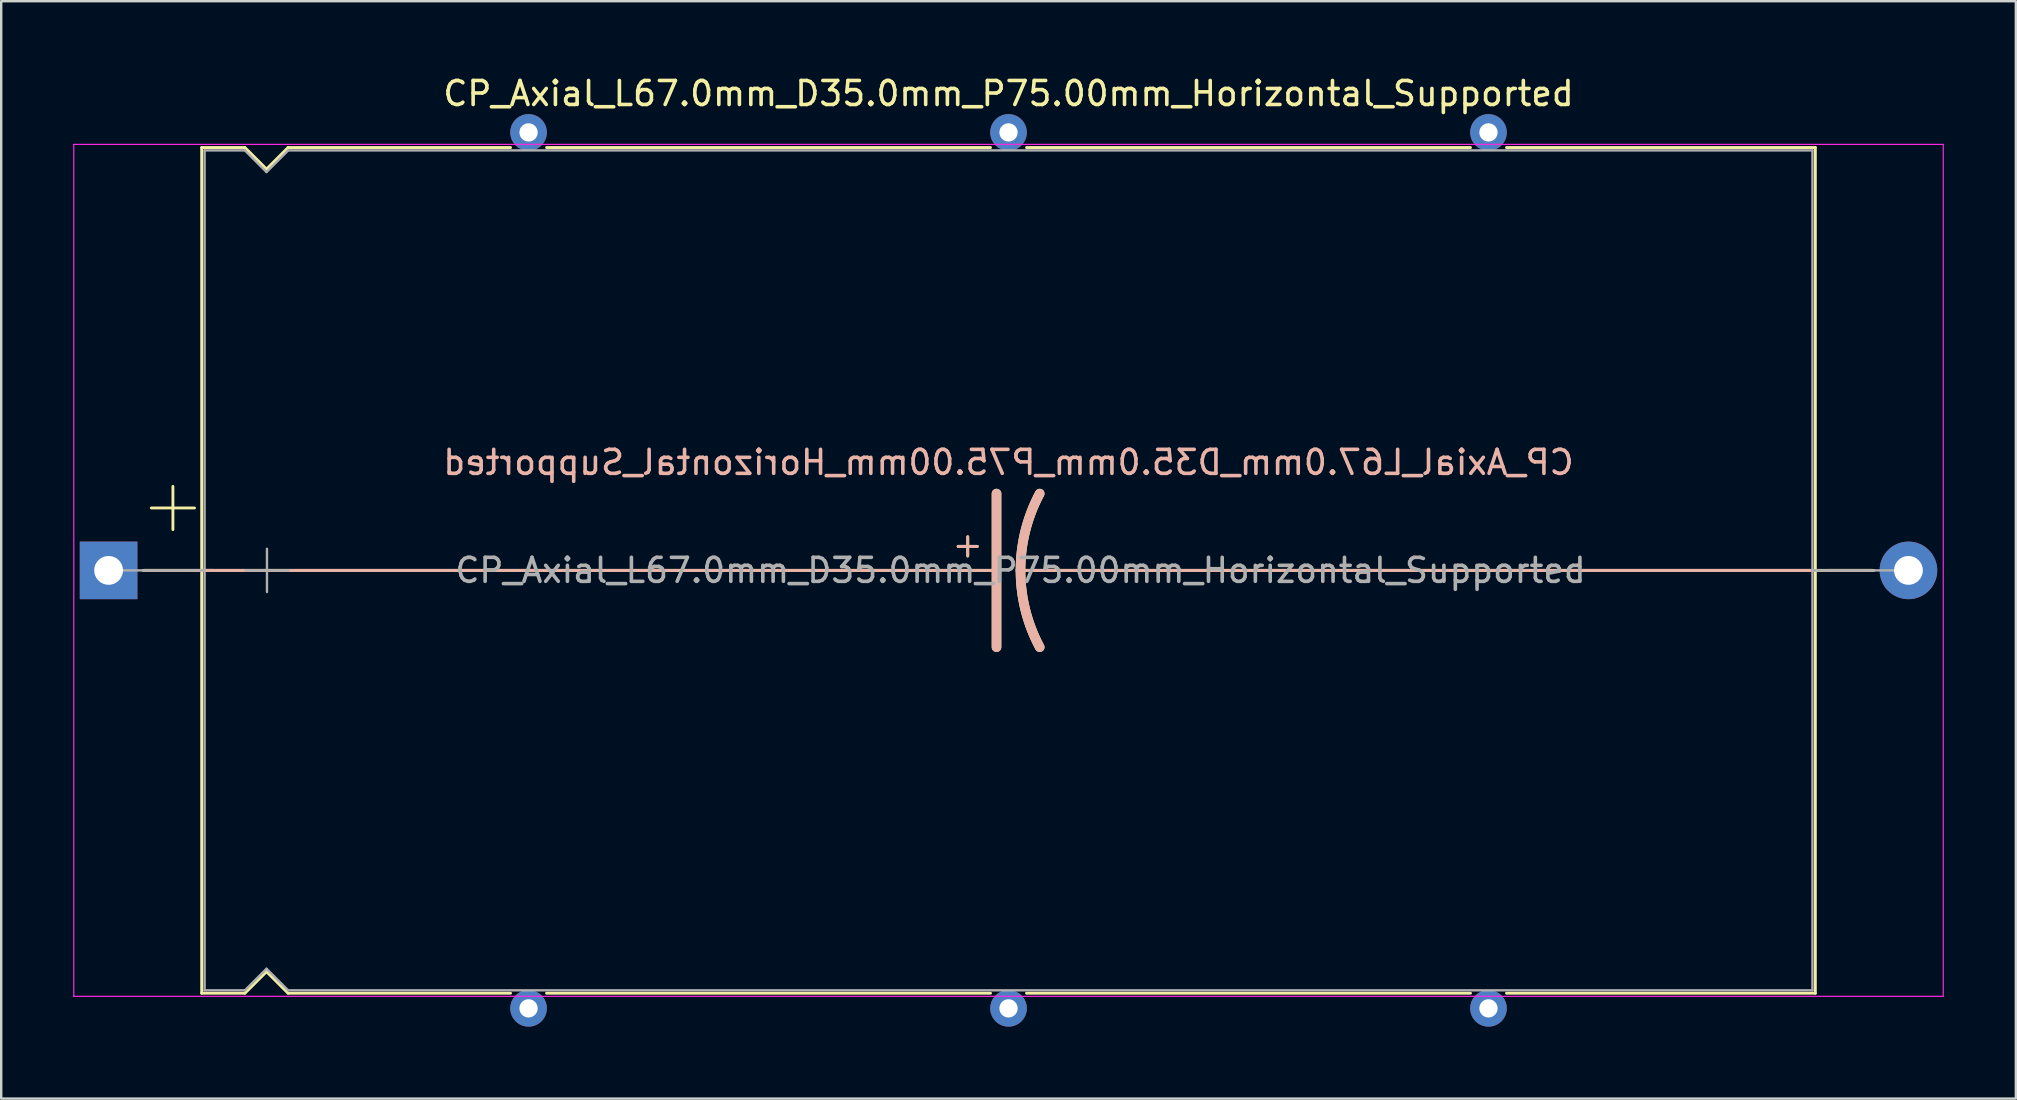
<source format=kicad_pcb>
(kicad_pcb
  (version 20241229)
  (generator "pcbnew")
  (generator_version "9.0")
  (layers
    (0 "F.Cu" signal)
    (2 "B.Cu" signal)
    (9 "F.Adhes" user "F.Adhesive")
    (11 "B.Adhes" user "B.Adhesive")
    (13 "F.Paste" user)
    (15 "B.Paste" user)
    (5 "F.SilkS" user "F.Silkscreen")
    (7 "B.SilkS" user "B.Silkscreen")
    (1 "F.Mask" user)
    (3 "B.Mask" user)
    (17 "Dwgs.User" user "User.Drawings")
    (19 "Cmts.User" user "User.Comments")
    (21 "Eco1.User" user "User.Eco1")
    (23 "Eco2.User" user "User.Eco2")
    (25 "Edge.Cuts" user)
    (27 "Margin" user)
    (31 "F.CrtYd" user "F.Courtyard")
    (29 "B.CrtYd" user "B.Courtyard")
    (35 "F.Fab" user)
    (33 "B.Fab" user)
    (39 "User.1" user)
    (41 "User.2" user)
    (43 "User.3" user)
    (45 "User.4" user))
  (footprint "CP_Axial_L67.0mm_D35.0mm_P75.00mm_Horizontal_Supported"
    (layer "F.Cu")
    (at 1.475 20.718)
    (property "Reference" "CP_Axial_L67.0mm_D35.0mm_P75.00mm_Horizontal_Supported" (at 37.5 -19.87 0) (layer "F.SilkS") (effects (font (size 1 1) (thickness 0.15))))
    (fp_line (start 1.44 0) (end 3.88 0) (stroke (width 0.12) (type solid)) (layer "F.SilkS"))
    (fp_line (start 1.78 -2.6) (end 3.58 -2.6) (stroke (width 0.12) (type solid)) (layer "F.SilkS"))
    (fp_line (start 2.68 -3.5) (end 2.68 -1.7) (stroke (width 0.12) (type solid)) (layer "F.SilkS"))
    (fp_line (start 3.88 -17.62) (end 3.88 17.62) (stroke (width 0.12) (type solid)) (layer "F.SilkS"))
    (fp_line (start 3.88 -17.62) (end 5.68 -17.62) (stroke (width 0.12) (type solid)) (layer "F.SilkS"))
    (fp_line (start 3.88 0) (end 37 0) (stroke (width 0.12) (type solid)) (layer "F.SilkS"))
    (fp_line (start 3.88 17.62) (end 5.68 17.62) (stroke (width 0.12) (type solid)) (layer "F.SilkS"))
    (fp_line (start 5.68 -17.62) (end 6.58 -16.72) (stroke (width 0.12) (type solid)) (layer "F.SilkS"))
    (fp_line (start 5.68 17.62) (end 6.58 16.72) (stroke (width 0.12) (type solid)) (layer "F.SilkS"))
    (fp_line (start 6.58 -16.72) (end 7.48 -17.62) (stroke (width 0.12) (type solid)) (layer "F.SilkS"))
    (fp_line (start 6.58 16.72) (end 7.48 17.62) (stroke (width 0.12) (type solid)) (layer "F.SilkS"))
    (fp_line (start 7.48 -17.62) (end 16.75 -17.62) (stroke (width 0.12) (type solid)) (layer "F.SilkS"))
    (fp_line (start 7.48 17.62) (end 16.75 17.62) (stroke (width 0.12) (type solid)) (layer "F.SilkS"))
    (fp_line (start 18.25 -17.62) (end 36.75 -17.62) (stroke (width 0.12) (type solid)) (layer "F.SilkS"))
    (fp_line (start 18.25 17.62) (end 36.75 17.62) (stroke (width 0.12) (type solid)) (layer "F.SilkS"))
    (fp_line (start 35.4 -1) (end 36.2 -1) (stroke (width 0.12) (type solid)) (layer "F.SilkS"))
    (fp_line (start 35.8 -1.4) (end 35.8 -0.6) (stroke (width 0.12) (type solid)) (layer "F.SilkS"))
    (fp_line (start 37 0) (end 37 -3.2) (stroke (width 0.4) (type solid)) (layer "F.SilkS"))
    (fp_line (start 37 0) (end 37 3.2) (stroke (width 0.4) (type solid)) (layer "F.SilkS"))
    (fp_line (start 38.25 -17.62) (end 56.75 -17.62) (stroke (width 0.12) (type solid)) (layer "F.SilkS"))
    (fp_line (start 38.25 17.62) (end 56.75 17.62) (stroke (width 0.12) (type solid)) (layer "F.SilkS"))
    (fp_line (start 58.25 -17.62) (end 71.12 -17.62) (stroke (width 0.12) (type solid)) (layer "F.SilkS"))
    (fp_line (start 58.25 17.62) (end 71.12 17.62) (stroke (width 0.12) (type solid)) (layer "F.SilkS"))
    (fp_line (start 71.12 -17.62) (end 71.12 17.62) (stroke (width 0.12) (type solid)) (layer "F.SilkS"))
    (fp_line (start 71.12 0) (end 38 0) (stroke (width 0.12) (type solid)) (layer "F.SilkS"))
    (fp_line (start 73.56 0) (end 71.12 0) (stroke (width 0.12) (type solid)) (layer "F.SilkS"))
    (fp_arc (start 38 0) (mid 38.203545 -1.649114) (end 38.8 -3.2) (stroke (width 0.4) (type solid)) (layer "F.SilkS"))
    (fp_arc (start 38.8 3.2) (mid 38.200704 1.649824) (end 38 0) (stroke (width 0.4) (type solid)) (layer "F.SilkS"))
    (fp_line (start 1.5 0) (end 4.38 0) (stroke (width 0.12) (type solid)) (layer "B.SilkS"))
    (fp_line (start 3.88 0) (end 37 0) (stroke (width 0.12) (type solid)) (layer "B.SilkS"))
    (fp_line (start 35.4 -1) (end 36.2 -1) (stroke (width 0.12) (type solid)) (layer "B.SilkS"))
    (fp_line (start 35.8 -0.6) (end 35.8 -1.4) (stroke (width 0.12) (type solid)) (layer "B.SilkS"))
    (fp_line (start 37 0) (end 37 -3.2) (stroke (width 0.4) (type solid)) (layer "B.SilkS"))
    (fp_line (start 37 0) (end 37 3.2) (stroke (width 0.4) (type solid)) (layer "B.SilkS"))
    (fp_line (start 71.12 0) (end 38 0) (stroke (width 0.12) (type solid)) (layer "B.SilkS"))
    (fp_line (start 73.5 0) (end 71.62 0) (stroke (width 0.12) (type solid)) (layer "B.SilkS"))
    (fp_arc (start 38 0) (mid 38.200703 -1.649824) (end 38.8 -3.2) (stroke (width 0.4) (type solid)) (layer "B.SilkS"))
    (fp_arc (start 38.8 3.2) (mid 38.203544 1.649114) (end 38 0) (stroke (width 0.4) (type solid)) (layer "B.SilkS"))
    (fp_line (start -1.45 -17.75) (end -1.45 17.75) (stroke (width 0.05) (type solid)) (layer "F.CrtYd"))
    (fp_line (start -1.45 17.75) (end 76.45 17.75) (stroke (width 0.05) (type solid)) (layer "F.CrtYd"))
    (fp_line (start 76.45 -17.75) (end -1.45 -17.75) (stroke (width 0.05) (type solid)) (layer "F.CrtYd"))
    (fp_line (start 76.45 17.75) (end 76.45 -17.75) (stroke (width 0.05) (type solid)) (layer "F.CrtYd"))
    (fp_line (start 0 0) (end 4 0) (stroke (width 0.1) (type solid)) (layer "F.Fab"))
    (fp_line (start 4 -17.5) (end 4 17.5) (stroke (width 0.1) (type solid)) (layer "F.Fab"))
    (fp_line (start 4 -17.5) (end 5.68 -17.5) (stroke (width 0.1) (type solid)) (layer "F.Fab"))
    (fp_line (start 4 17.5) (end 5.68 17.5) (stroke (width 0.1) (type solid)) (layer "F.Fab"))
    (fp_line (start 5.68 -17.5) (end 6.58 -16.6) (stroke (width 0.1) (type solid)) (layer "F.Fab"))
    (fp_line (start 5.68 17.5) (end 6.58 16.6) (stroke (width 0.1) (type solid)) (layer "F.Fab"))
    (fp_line (start 5.7 0) (end 7.5 0) (stroke (width 0.1) (type solid)) (layer "F.Fab"))
    (fp_line (start 6.58 -16.6) (end 7.48 -17.5) (stroke (width 0.1) (type solid)) (layer "F.Fab"))
    (fp_line (start 6.58 16.6) (end 7.48 17.5) (stroke (width 0.1) (type solid)) (layer "F.Fab"))
    (fp_line (start 6.6 -0.9) (end 6.6 0.9) (stroke (width 0.1) (type solid)) (layer "F.Fab"))
    (fp_line (start 7.48 -17.5) (end 71 -17.5) (stroke (width 0.1) (type solid)) (layer "F.Fab"))
    (fp_line (start 7.48 17.5) (end 71 17.5) (stroke (width 0.1) (type solid)) (layer "F.Fab"))
    (fp_line (start 71 -17.5) (end 71 17.5) (stroke (width 0.1) (type solid)) (layer "F.Fab"))
    (fp_line (start 75 0) (end 71 0) (stroke (width 0.1) (type solid)) (layer "F.Fab"))
    (fp_text user "${REFERENCE}" (at 37.5 -4.5 0) (layer "B.SilkS") (effects (font (size 1 1) (thickness 0.15)) (justify mirror)))
    (fp_text user "${REFERENCE}" (at 38 0 0) (layer "F.Fab") (effects (font (size 1 1) (thickness 0.15))))
    (pad "" thru_hole circle (at 17.5 -18.25) (size 1.524 1.524) (drill 0.762) (layers "*.Cu" "*.Mask"))
    (pad "" thru_hole circle (at 17.5 18.25) (size 1.524 1.524) (drill 0.762) (layers "*.Cu" "*.Mask"))
    (pad "" thru_hole circle (at 37.5 -18.25) (size 1.524 1.524) (drill 0.762) (layers "*.Cu" "*.Mask"))
    (pad "" thru_hole circle (at 37.5 18.25) (size 1.524 1.524) (drill 0.762) (layers "*.Cu" "*.Mask"))
    (pad "" thru_hole circle (at 57.5 -18.25) (size 1.524 1.524) (drill 0.762) (layers "*.Cu" "*.Mask"))
    (pad "" thru_hole circle (at 57.5 18.25) (size 1.524 1.524) (drill 0.762) (layers "*.Cu" "*.Mask"))
    (pad "1" thru_hole rect (at 0 0) (size 2.4 2.4) (drill 1.2) (layers "*.Cu" "*.Mask"))
    (pad "2" thru_hole oval (at 75 0) (size 2.4 2.4) (drill 1.2) (layers "*.Cu" "*.Mask")))
  (gr_rect
    (start -3 -3)
    (end 80.95 42.73)
    (stroke (width 0.1) (type default))
    (fill no)
    (layer "Edge.Cuts")))
</source>
